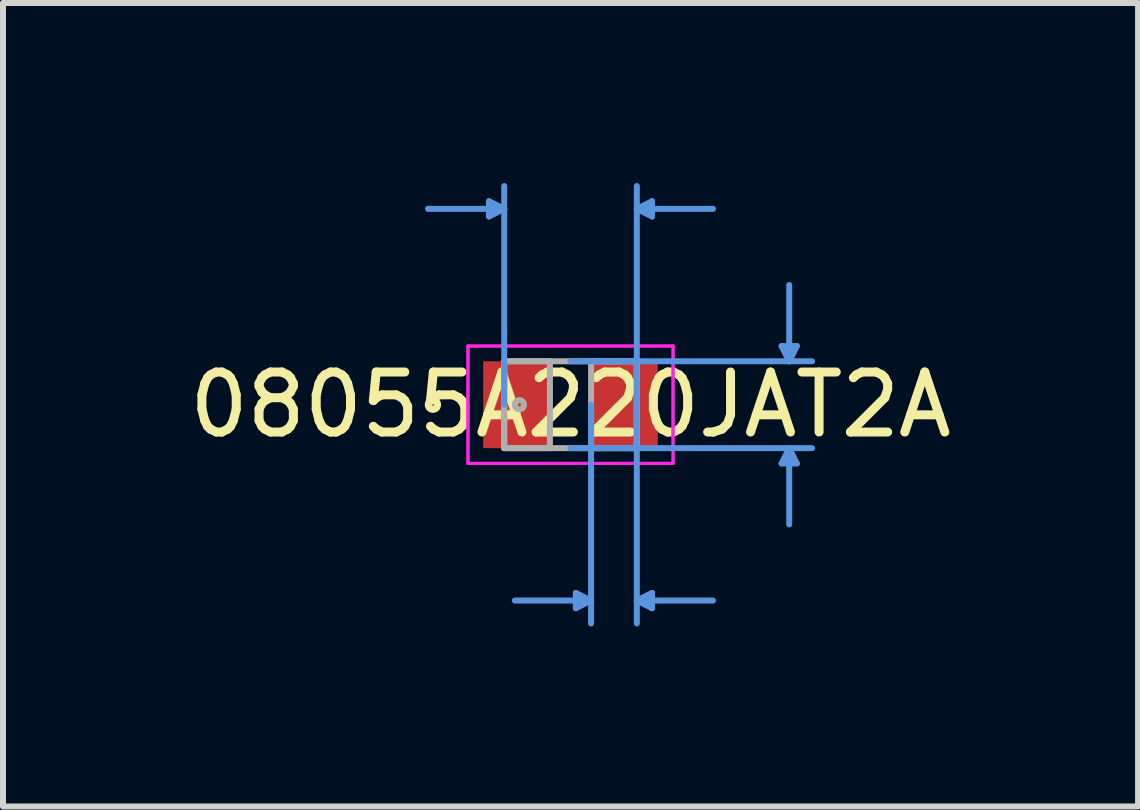
<source format=kicad_pcb>
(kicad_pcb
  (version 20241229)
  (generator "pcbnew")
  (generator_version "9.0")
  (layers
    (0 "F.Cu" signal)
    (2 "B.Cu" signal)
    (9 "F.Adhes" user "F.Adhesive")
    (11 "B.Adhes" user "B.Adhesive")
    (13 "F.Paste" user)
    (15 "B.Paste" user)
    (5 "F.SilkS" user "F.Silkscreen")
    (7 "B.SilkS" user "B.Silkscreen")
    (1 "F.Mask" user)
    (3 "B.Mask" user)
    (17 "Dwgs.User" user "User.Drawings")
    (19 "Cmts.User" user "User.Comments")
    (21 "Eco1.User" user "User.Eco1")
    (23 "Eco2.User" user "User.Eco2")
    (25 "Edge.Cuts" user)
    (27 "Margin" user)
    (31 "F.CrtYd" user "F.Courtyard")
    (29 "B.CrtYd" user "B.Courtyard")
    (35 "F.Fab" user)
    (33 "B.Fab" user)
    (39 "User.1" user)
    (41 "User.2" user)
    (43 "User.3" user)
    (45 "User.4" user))
  (footprint "08055A220JAT2A"
    (layer "F.Cu")
    (at 6.458 3.695)
    (property "Reference" "08055A220JAT2A" (at 0 0 0) (layer "F.SilkS") (effects (font (size 1 1) (thickness 0.15))))
    (attr through_hole)
    (fp_circle (center -2.293 0) (end -2.217 0) (stroke (width 0.12) (type solid)) (fill no) (layer "F.SilkS"))
    (fp_line (start -1.359 -3.391) (end -1.359 -3.137) (stroke (width 0.1) (type solid)) (layer "Cmts.User"))
    (fp_line (start -1.105 -3.264) (end -2.375 -3.264) (stroke (width 0.1) (type solid)) (layer "Cmts.User"))
    (fp_line (start -1.105 -3.264) (end -1.359 -3.391) (stroke (width 0.1) (type solid)) (layer "Cmts.User"))
    (fp_line (start -1.105 -3.264) (end -1.359 -3.137) (stroke (width 0.1) (type solid)) (layer "Cmts.User"))
    (fp_line (start -1.105 0) (end -1.105 -3.645) (stroke (width 0.1) (type solid)) (layer "Cmts.User"))
    (fp_line (start 0 -0.724) (end 4.026 -0.724) (stroke (width 0.1) (type solid)) (layer "Cmts.User"))
    (fp_line (start 0 0.724) (end 4.026 0.724) (stroke (width 0.1) (type solid)) (layer "Cmts.User"))
    (fp_line (start 0.089 3.137) (end 0.089 3.391) (stroke (width 0.1) (type solid)) (layer "Cmts.User"))
    (fp_line (start 0.343 0) (end 0.343 3.645) (stroke (width 0.1) (type solid)) (layer "Cmts.User"))
    (fp_line (start 0.343 3.264) (end -0.927 3.264) (stroke (width 0.1) (type solid)) (layer "Cmts.User"))
    (fp_line (start 0.343 3.264) (end 0.089 3.137) (stroke (width 0.1) (type solid)) (layer "Cmts.User"))
    (fp_line (start 0.343 3.264) (end 0.089 3.391) (stroke (width 0.1) (type solid)) (layer "Cmts.User"))
    (fp_line (start 1.105 -3.264) (end 1.359 -3.391) (stroke (width 0.1) (type solid)) (layer "Cmts.User"))
    (fp_line (start 1.105 -3.264) (end 1.359 -3.137) (stroke (width 0.1) (type solid)) (layer "Cmts.User"))
    (fp_line (start 1.105 -3.264) (end 2.375 -3.264) (stroke (width 0.1) (type solid)) (layer "Cmts.User"))
    (fp_line (start 1.105 0) (end 1.105 -3.645) (stroke (width 0.1) (type solid)) (layer "Cmts.User"))
    (fp_line (start 1.105 0) (end 1.105 3.645) (stroke (width 0.1) (type solid)) (layer "Cmts.User"))
    (fp_line (start 1.105 3.264) (end 1.359 3.137) (stroke (width 0.1) (type solid)) (layer "Cmts.User"))
    (fp_line (start 1.105 3.264) (end 1.359 3.391) (stroke (width 0.1) (type solid)) (layer "Cmts.User"))
    (fp_line (start 1.105 3.264) (end 2.375 3.264) (stroke (width 0.1) (type solid)) (layer "Cmts.User"))
    (fp_line (start 1.359 -3.391) (end 1.359 -3.137) (stroke (width 0.1) (type solid)) (layer "Cmts.User"))
    (fp_line (start 1.359 3.137) (end 1.359 3.391) (stroke (width 0.1) (type solid)) (layer "Cmts.User"))
    (fp_line (start 3.518 -0.978) (end 3.772 -0.978) (stroke (width 0.1) (type solid)) (layer "Cmts.User"))
    (fp_line (start 3.518 0.978) (end 3.772 0.978) (stroke (width 0.1) (type solid)) (layer "Cmts.User"))
    (fp_line (start 3.645 -0.724) (end 3.518 -0.978) (stroke (width 0.1) (type solid)) (layer "Cmts.User"))
    (fp_line (start 3.645 -0.724) (end 3.645 -1.994) (stroke (width 0.1) (type solid)) (layer "Cmts.User"))
    (fp_line (start 3.645 -0.724) (end 3.772 -0.978) (stroke (width 0.1) (type solid)) (layer "Cmts.User"))
    (fp_line (start 3.645 0.724) (end 3.518 0.978) (stroke (width 0.1) (type solid)) (layer "Cmts.User"))
    (fp_line (start 3.645 0.724) (end 3.645 1.994) (stroke (width 0.1) (type solid)) (layer "Cmts.User"))
    (fp_line (start 3.645 0.724) (end 3.772 0.978) (stroke (width 0.1) (type solid)) (layer "Cmts.User"))
    (fp_line (start -1.709 -0.978) (end 1.709 -0.978) (stroke (width 0.05) (type solid)) (layer "F.CrtYd"))
    (fp_line (start -1.709 -0.978) (end 1.709 -0.978) (stroke (width 0.05) (type solid)) (layer "F.CrtYd"))
    (fp_line (start -1.709 0.978) (end -1.709 -0.978) (stroke (width 0.05) (type solid)) (layer "F.CrtYd"))
    (fp_line (start -1.709 0.978) (end -1.709 -0.978) (stroke (width 0.05) (type solid)) (layer "F.CrtYd"))
    (fp_line (start 1.709 -0.978) (end 1.709 0.978) (stroke (width 0.05) (type solid)) (layer "F.CrtYd"))
    (fp_line (start 1.709 -0.978) (end 1.709 0.978) (stroke (width 0.05) (type solid)) (layer "F.CrtYd"))
    (fp_line (start 1.709 0.978) (end -1.709 0.978) (stroke (width 0.05) (type solid)) (layer "F.CrtYd"))
    (fp_line (start 1.709 0.978) (end -1.709 0.978) (stroke (width 0.05) (type solid)) (layer "F.CrtYd"))
    (fp_line (start -1.105 -0.724) (end -1.105 0.724) (stroke (width 0.1) (type solid)) (layer "F.Fab"))
    (fp_line (start -1.105 -0.724) (end -1.105 0.724) (stroke (width 0.1) (type solid)) (layer "F.Fab"))
    (fp_line (start -1.105 0.724) (end -0.343 0.724) (stroke (width 0.1) (type solid)) (layer "F.Fab"))
    (fp_line (start -1.105 0.724) (end 1.105 0.724) (stroke (width 0.1) (type solid)) (layer "F.Fab"))
    (fp_line (start -0.343 -0.724) (end -1.105 -0.724) (stroke (width 0.1) (type solid)) (layer "F.Fab"))
    (fp_line (start -0.343 0.724) (end -0.343 -0.724) (stroke (width 0.1) (type solid)) (layer "F.Fab"))
    (fp_line (start 0.343 -0.724) (end 0.343 0.724) (stroke (width 0.1) (type solid)) (layer "F.Fab"))
    (fp_line (start 0.343 0.724) (end 1.105 0.724) (stroke (width 0.1) (type solid)) (layer "F.Fab"))
    (fp_line (start 1.105 -0.724) (end -1.105 -0.724) (stroke (width 0.1) (type solid)) (layer "F.Fab"))
    (fp_line (start 1.105 -0.724) (end 0.343 -0.724) (stroke (width 0.1) (type solid)) (layer "F.Fab"))
    (fp_line (start 1.105 0.724) (end 1.105 -0.724) (stroke (width 0.1) (type solid)) (layer "F.Fab"))
    (fp_line (start 1.105 0.724) (end 1.105 -0.724) (stroke (width 0.1) (type solid)) (layer "F.Fab"))
    (fp_circle (center -0.851 0) (end -0.775 0) (stroke (width 0.1) (type solid)) (fill no) (layer "F.Fab"))
    (pad "1" smd rect (at -0.899 0) (size 1.112 1.448) (layers "F.Cu" "F.Mask" "F.Paste"))
    (pad "2" smd rect (at 0.899 0) (size 1.112 1.448) (layers "F.Cu" "F.Mask" "F.Paste")))
  (gr_rect
    (start -3 -3)
    (end 15.917 10.39)
    (stroke (width 0.1) (type default))
    (fill no)
    (layer "Edge.Cuts")))
</source>
